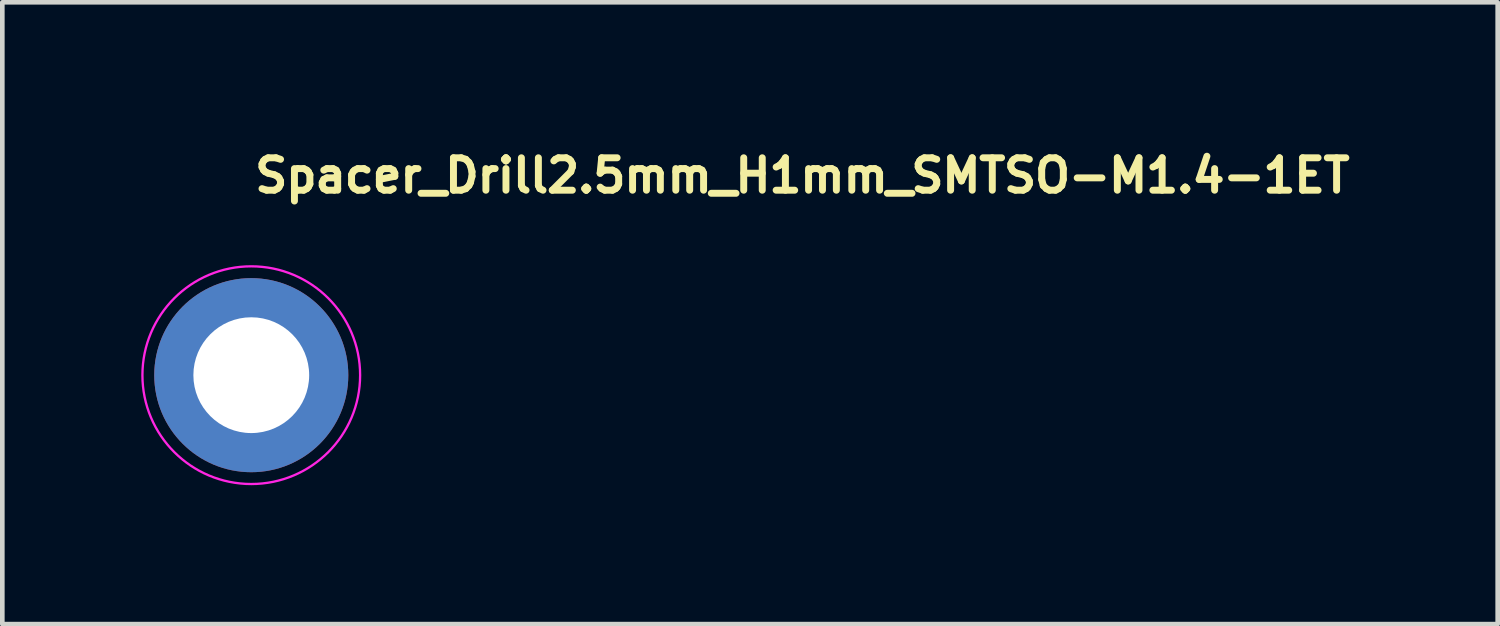
<source format=kicad_pcb>
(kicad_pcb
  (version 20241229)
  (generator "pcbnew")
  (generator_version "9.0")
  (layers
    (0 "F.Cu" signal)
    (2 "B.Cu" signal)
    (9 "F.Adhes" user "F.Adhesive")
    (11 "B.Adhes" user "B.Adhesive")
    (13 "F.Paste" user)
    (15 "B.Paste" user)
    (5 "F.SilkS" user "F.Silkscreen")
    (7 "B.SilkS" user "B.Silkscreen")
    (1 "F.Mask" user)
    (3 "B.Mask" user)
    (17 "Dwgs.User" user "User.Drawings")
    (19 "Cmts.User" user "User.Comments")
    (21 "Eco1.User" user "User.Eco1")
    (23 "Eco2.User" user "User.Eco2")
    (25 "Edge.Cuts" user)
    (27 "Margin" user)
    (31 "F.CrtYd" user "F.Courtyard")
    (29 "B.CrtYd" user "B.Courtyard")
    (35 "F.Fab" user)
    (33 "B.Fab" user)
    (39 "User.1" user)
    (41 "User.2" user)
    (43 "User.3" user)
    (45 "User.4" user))
  (footprint "Spacer_Drill2.5mm_H1mm_SMTSO-M1.4-1ET"
    (layer "F.Cu")
    (at 2.375 5.05)
    (property "Reference" "Spacer_Drill2.5mm_H1mm_SMTSO-M1.4-1ET" (at 0 -3.9 0) (layer "F.SilkS") (effects (font (size 0.7 0.7) (thickness 0.15)) (justify left bottom)))
    (attr smd)
    (fp_circle (center 0 0) (end 2.35 0) (stroke (width 0.05) (type solid)) (fill no) (layer "F.CrtYd"))
    (fp_rect (start -1.83 -1.59) (end 1.83 1.59) (stroke (width 0.1) (type solid)) (fill no) (layer "User.5"))
    (fp_line (start -1.83 -0.01) (end -1.83 0) (stroke (width 0.02) (type solid)) (layer "User.9"))
    (fp_line (start -1.83 -0.01) (end -0.924 -1.58) (stroke (width 0.02) (type solid)) (layer "User.9"))
    (fp_line (start -1.83 0) (end -1.83 0.01) (stroke (width 0.02) (type solid)) (layer "User.9"))
    (fp_line (start -1.205 0) (end -1.201 -0.097) (stroke (width 0.02) (type solid)) (layer "User.9"))
    (fp_line (start -1.201 -0.097) (end -1.189 -0.193) (stroke (width 0.02) (type solid)) (layer "User.9"))
    (fp_line (start -1.201 0.097) (end -1.205 0) (stroke (width 0.02) (type solid)) (layer "User.9"))
    (fp_line (start -1.189 -0.193) (end -1.17 -0.288) (stroke (width 0.02) (type solid)) (layer "User.9"))
    (fp_line (start -1.189 0.193) (end -1.201 0.097) (stroke (width 0.02) (type solid)) (layer "User.9"))
    (fp_line (start -1.17 -0.288) (end -1.143 -0.382) (stroke (width 0.02) (type solid)) (layer "User.9"))
    (fp_line (start -1.17 0.288) (end -1.189 0.193) (stroke (width 0.02) (type solid)) (layer "User.9"))
    (fp_line (start -1.143 -0.382) (end -1.109 -0.472) (stroke (width 0.02) (type solid)) (layer "User.9"))
    (fp_line (start -1.143 0.382) (end -1.17 0.288) (stroke (width 0.02) (type solid)) (layer "User.9"))
    (fp_line (start -1.109 -0.472) (end -1.067 -0.56) (stroke (width 0.02) (type solid)) (layer "User.9"))
    (fp_line (start -1.109 0.472) (end -1.143 0.382) (stroke (width 0.02) (type solid)) (layer "User.9"))
    (fp_line (start -1.084 0) (end -1.081 -0.092) (stroke (width 0.02) (type solid)) (layer "User.9"))
    (fp_line (start -1.081 -0.092) (end -1.069 -0.183) (stroke (width 0.02) (type solid)) (layer "User.9"))
    (fp_line (start -1.081 0.092) (end -1.084 0) (stroke (width 0.02) (type solid)) (layer "User.9"))
    (fp_line (start -1.069 -0.183) (end -1.05 -0.273) (stroke (width 0.02) (type solid)) (layer "User.9"))
    (fp_line (start -1.069 0.183) (end -1.081 0.092) (stroke (width 0.02) (type solid)) (layer "User.9"))
    (fp_line (start -1.067 -0.56) (end -1.018 -0.644) (stroke (width 0.02) (type solid)) (layer "User.9"))
    (fp_line (start -1.067 0.56) (end -1.109 0.472) (stroke (width 0.02) (type solid)) (layer "User.9"))
    (fp_line (start -1.05 -0.273) (end -1.023 -0.361) (stroke (width 0.02) (type solid)) (layer "User.9"))
    (fp_line (start -1.05 0.273) (end -1.069 0.183) (stroke (width 0.02) (type solid)) (layer "User.9"))
    (fp_line (start -1.023 -0.361) (end -0.988 -0.447) (stroke (width 0.02) (type solid)) (layer "User.9"))
    (fp_line (start -1.023 0.361) (end -1.05 0.273) (stroke (width 0.02) (type solid)) (layer "User.9"))
    (fp_line (start -1.018 -0.644) (end -0.963 -0.724) (stroke (width 0.02) (type solid)) (layer "User.9"))
    (fp_line (start -1.018 0.644) (end -1.067 0.56) (stroke (width 0.02) (type solid)) (layer "User.9"))
    (fp_line (start -0.988 -0.447) (end -0.947 -0.529) (stroke (width 0.02) (type solid)) (layer "User.9"))
    (fp_line (start -0.988 0.447) (end -1.023 0.361) (stroke (width 0.02) (type solid)) (layer "User.9"))
    (fp_line (start -0.963 -0.724) (end -0.902 -0.799) (stroke (width 0.02) (type solid)) (layer "User.9"))
    (fp_line (start -0.963 0.724) (end -1.018 0.644) (stroke (width 0.02) (type solid)) (layer "User.9"))
    (fp_line (start -0.947 -0.529) (end -0.899 -0.607) (stroke (width 0.02) (type solid)) (layer "User.9"))
    (fp_line (start -0.947 0.529) (end -0.988 0.447) (stroke (width 0.02) (type solid)) (layer "User.9"))
    (fp_line (start -0.924 1.58) (end -1.83 0.01) (stroke (width 0.02) (type solid)) (layer "User.9"))
    (fp_line (start -0.924 1.58) (end -0.906 1.59) (stroke (width 0.02) (type solid)) (layer "User.9"))
    (fp_line (start -0.906 -1.59) (end -0.924 -1.58) (stroke (width 0.02) (type solid)) (layer "User.9"))
    (fp_line (start -0.906 -1.59) (end 0.906 -1.59) (stroke (width 0.02) (type solid)) (layer "User.9"))
    (fp_line (start -0.902 -0.799) (end -0.835 -0.869) (stroke (width 0.02) (type solid)) (layer "User.9"))
    (fp_line (start -0.902 0.799) (end -0.963 0.724) (stroke (width 0.02) (type solid)) (layer "User.9"))
    (fp_line (start -0.899 -0.607) (end -0.844 -0.681) (stroke (width 0.02) (type solid)) (layer "User.9"))
    (fp_line (start -0.899 0.607) (end -0.947 0.529) (stroke (width 0.02) (type solid)) (layer "User.9"))
    (fp_line (start -0.844 -0.681) (end -0.783 -0.75) (stroke (width 0.02) (type solid)) (layer "User.9"))
    (fp_line (start -0.844 0.681) (end -0.899 0.607) (stroke (width 0.02) (type solid)) (layer "User.9"))
    (fp_line (start -0.835 -0.869) (end -0.762 -0.933) (stroke (width 0.02) (type solid)) (layer "User.9"))
    (fp_line (start -0.835 0.869) (end -0.902 0.799) (stroke (width 0.02) (type solid)) (layer "User.9"))
    (fp_line (start -0.783 -0.75) (end -0.717 -0.814) (stroke (width 0.02) (type solid)) (layer "User.9"))
    (fp_line (start -0.783 0.75) (end -0.844 0.681) (stroke (width 0.02) (type solid)) (layer "User.9"))
    (fp_line (start -0.762 -0.933) (end -0.685 -0.992) (stroke (width 0.02) (type solid)) (layer "User.9"))
    (fp_line (start -0.762 0.933) (end -0.835 0.869) (stroke (width 0.02) (type solid)) (layer "User.9"))
    (fp_line (start -0.717 -0.814) (end -0.645 -0.872) (stroke (width 0.02) (type solid)) (layer "User.9"))
    (fp_line (start -0.717 0.814) (end -0.783 0.75) (stroke (width 0.02) (type solid)) (layer "User.9"))
    (fp_line (start -0.7 0) (end -0.696 -0.073) (stroke (width 0.02) (type solid)) (layer "User.9"))
    (fp_line (start -0.696 -0.073) (end -0.685 -0.146) (stroke (width 0.02) (type solid)) (layer "User.9"))
    (fp_line (start -0.696 0.073) (end -0.7 0) (stroke (width 0.02) (type solid)) (layer "User.9"))
    (fp_line (start -0.685 -0.992) (end -0.602 -1.044) (stroke (width 0.02) (type solid)) (layer "User.9"))
    (fp_line (start -0.685 -0.146) (end -0.666 -0.216) (stroke (width 0.02) (type solid)) (layer "User.9"))
    (fp_line (start -0.685 0.146) (end -0.696 0.073) (stroke (width 0.02) (type solid)) (layer "User.9"))
    (fp_line (start -0.685 0.992) (end -0.762 0.933) (stroke (width 0.02) (type solid)) (layer "User.9"))
    (fp_line (start -0.666 -0.216) (end -0.639 -0.285) (stroke (width 0.02) (type solid)) (layer "User.9"))
    (fp_line (start -0.666 0.216) (end -0.685 0.146) (stroke (width 0.02) (type solid)) (layer "User.9"))
    (fp_line (start -0.645 -0.872) (end -0.569 -0.923) (stroke (width 0.02) (type solid)) (layer "User.9"))
    (fp_line (start -0.645 0.872) (end -0.717 0.814) (stroke (width 0.02) (type solid)) (layer "User.9"))
    (fp_line (start -0.639 -0.285) (end -0.606 -0.35) (stroke (width 0.02) (type solid)) (layer "User.9"))
    (fp_line (start -0.639 0.285) (end -0.666 0.216) (stroke (width 0.02) (type solid)) (layer "User.9"))
    (fp_line (start -0.606 -0.35) (end -0.566 -0.411) (stroke (width 0.02) (type solid)) (layer "User.9"))
    (fp_line (start -0.606 0.35) (end -0.639 0.285) (stroke (width 0.02) (type solid)) (layer "User.9"))
    (fp_line (start -0.602 -1.044) (end -0.517 -1.089) (stroke (width 0.02) (type solid)) (layer "User.9"))
    (fp_line (start -0.602 1.044) (end -0.685 0.992) (stroke (width 0.02) (type solid)) (layer "User.9"))
    (fp_line (start -0.569 -0.923) (end -0.488 -0.968) (stroke (width 0.02) (type solid)) (layer "User.9"))
    (fp_line (start -0.569 0.923) (end -0.645 0.872) (stroke (width 0.02) (type solid)) (layer "User.9"))
    (fp_line (start -0.566 -0.411) (end -0.52 -0.468) (stroke (width 0.02) (type solid)) (layer "User.9"))
    (fp_line (start -0.566 0.411) (end -0.606 0.35) (stroke (width 0.02) (type solid)) (layer "User.9"))
    (fp_line (start -0.538 0) (end -0.534 0.065) (stroke (width 0.02) (type solid)) (layer "User.9"))
    (fp_line (start -0.534 -0.065) (end -0.538 0) (stroke (width 0.02) (type solid)) (layer "User.9"))
    (fp_line (start -0.534 0.065) (end -0.522 0.129) (stroke (width 0.02) (type solid)) (layer "User.9"))
    (fp_line (start -0.522 -0.129) (end -0.534 -0.065) (stroke (width 0.02) (type solid)) (layer "User.9"))
    (fp_line (start -0.522 0.129) (end -0.503 0.191) (stroke (width 0.02) (type solid)) (layer "User.9"))
    (fp_line (start -0.52 -0.468) (end -0.468 -0.52) (stroke (width 0.02) (type solid)) (layer "User.9"))
    (fp_line (start -0.52 0.468) (end -0.566 0.411) (stroke (width 0.02) (type solid)) (layer "User.9"))
    (fp_line (start -0.517 -1.089) (end -0.427 -1.127) (stroke (width 0.02) (type solid)) (layer "User.9"))
    (fp_line (start -0.517 1.089) (end -0.602 1.044) (stroke (width 0.02) (type solid)) (layer "User.9"))
    (fp_line (start -0.503 -0.191) (end -0.522 -0.129) (stroke (width 0.02) (type solid)) (layer "User.9"))
    (fp_line (start -0.503 0.191) (end -0.476 0.25) (stroke (width 0.02) (type solid)) (layer "User.9"))
    (fp_line (start -0.488 -0.968) (end -0.404 -1.006) (stroke (width 0.02) (type solid)) (layer "User.9"))
    (fp_line (start -0.488 0.968) (end -0.569 0.923) (stroke (width 0.02) (type solid)) (layer "User.9"))
    (fp_line (start -0.476 -0.25) (end -0.503 -0.191) (stroke (width 0.02) (type solid)) (layer "User.9"))
    (fp_line (start -0.476 0.25) (end -0.442 0.305) (stroke (width 0.02) (type solid)) (layer "User.9"))
    (fp_line (start -0.468 -0.52) (end -0.411 -0.566) (stroke (width 0.02) (type solid)) (layer "User.9"))
    (fp_line (start -0.468 0.52) (end -0.52 0.468) (stroke (width 0.02) (type solid)) (layer "User.9"))
    (fp_line (start -0.442 -0.305) (end -0.476 -0.25) (stroke (width 0.02) (type solid)) (layer "User.9"))
    (fp_line (start -0.442 0.305) (end -0.402 0.356) (stroke (width 0.02) (type solid)) (layer "User.9"))
    (fp_line (start -0.427 -1.127) (end -0.335 -1.157) (stroke (width 0.02) (type solid)) (layer "User.9"))
    (fp_line (start -0.427 1.127) (end -0.517 1.089) (stroke (width 0.02) (type solid)) (layer "User.9"))
    (fp_line (start -0.411 -0.566) (end -0.35 -0.606) (stroke (width 0.02) (type solid)) (layer "User.9"))
    (fp_line (start -0.411 0.566) (end -0.468 0.52) (stroke (width 0.02) (type solid)) (layer "User.9"))
    (fp_line (start -0.404 -1.006) (end -0.318 -1.037) (stroke (width 0.02) (type solid)) (layer "User.9"))
    (fp_line (start -0.404 1.006) (end -0.488 0.968) (stroke (width 0.02) (type solid)) (layer "User.9"))
    (fp_line (start -0.402 -0.356) (end -0.442 -0.305) (stroke (width 0.02) (type solid)) (layer "User.9"))
    (fp_line (start -0.402 0.356) (end -0.356 0.402) (stroke (width 0.02) (type solid)) (layer "User.9"))
    (fp_line (start -0.356 -0.402) (end -0.402 -0.356) (stroke (width 0.02) (type solid)) (layer "User.9"))
    (fp_line (start -0.356 0.402) (end -0.305 0.442) (stroke (width 0.02) (type solid)) (layer "User.9"))
    (fp_line (start -0.35 -0.606) (end -0.285 -0.639) (stroke (width 0.02) (type solid)) (layer "User.9"))
    (fp_line (start -0.35 0.606) (end -0.411 0.566) (stroke (width 0.02) (type solid)) (layer "User.9"))
    (fp_line (start -0.335 -1.157) (end -0.241 -1.181) (stroke (width 0.02) (type solid)) (layer "User.9"))
    (fp_line (start -0.335 1.157) (end -0.427 1.127) (stroke (width 0.02) (type solid)) (layer "User.9"))
    (fp_line (start -0.318 -1.037) (end -0.228 -1.06) (stroke (width 0.02) (type solid)) (layer "User.9"))
    (fp_line (start -0.318 1.037) (end -0.404 1.006) (stroke (width 0.02) (type solid)) (layer "User.9"))
    (fp_line (start -0.305 -0.442) (end -0.356 -0.402) (stroke (width 0.02) (type solid)) (layer "User.9"))
    (fp_line (start -0.305 0.442) (end -0.25 0.476) (stroke (width 0.02) (type solid)) (layer "User.9"))
    (fp_line (start -0.285 -0.639) (end -0.216 -0.666) (stroke (width 0.02) (type solid)) (layer "User.9"))
    (fp_line (start -0.285 0.639) (end -0.35 0.606) (stroke (width 0.02) (type solid)) (layer "User.9"))
    (fp_line (start -0.25 -0.476) (end -0.305 -0.442) (stroke (width 0.02) (type solid)) (layer "User.9"))
    (fp_line (start -0.25 0.476) (end -0.191 0.503) (stroke (width 0.02) (type solid)) (layer "User.9"))
    (fp_line (start -0.241 -1.181) (end -0.145 -1.196) (stroke (width 0.02) (type solid)) (layer "User.9"))
    (fp_line (start -0.241 1.181) (end -0.335 1.157) (stroke (width 0.02) (type solid)) (layer "User.9"))
    (fp_line (start -0.228 -1.06) (end -0.138 -1.076) (stroke (width 0.02) (type solid)) (layer "User.9"))
    (fp_line (start -0.228 1.06) (end -0.318 1.037) (stroke (width 0.02) (type solid)) (layer "User.9"))
    (fp_line (start -0.216 -0.666) (end -0.146 -0.685) (stroke (width 0.02) (type solid)) (layer "User.9"))
    (fp_line (start -0.216 0.666) (end -0.285 0.639) (stroke (width 0.02) (type solid)) (layer "User.9"))
    (fp_line (start -0.191 -0.503) (end -0.25 -0.476) (stroke (width 0.02) (type solid)) (layer "User.9"))
    (fp_line (start -0.191 0.503) (end -0.129 0.522) (stroke (width 0.02) (type solid)) (layer "User.9"))
    (fp_line (start -0.146 -0.685) (end -0.073 -0.696) (stroke (width 0.02) (type solid)) (layer "User.9"))
    (fp_line (start -0.146 0.685) (end -0.216 0.666) (stroke (width 0.02) (type solid)) (layer "User.9"))
    (fp_line (start -0.145 -1.196) (end -0.049 -1.204) (stroke (width 0.02) (type solid)) (layer "User.9"))
    (fp_line (start -0.145 1.196) (end -0.241 1.181) (stroke (width 0.02) (type solid)) (layer "User.9"))
    (fp_line (start -0.138 -1.076) (end -0.046 -1.084) (stroke (width 0.02) (type solid)) (layer "User.9"))
    (fp_line (start -0.138 1.076) (end -0.228 1.06) (stroke (width 0.02) (type solid)) (layer "User.9"))
    (fp_line (start -0.129 -0.522) (end -0.191 -0.503) (stroke (width 0.02) (type solid)) (layer "User.9"))
    (fp_line (start -0.129 0.522) (end -0.065 0.534) (stroke (width 0.02) (type solid)) (layer "User.9"))
    (fp_line (start -0.073 -0.696) (end 0 -0.7) (stroke (width 0.02) (type solid)) (layer "User.9"))
    (fp_line (start -0.073 0.696) (end -0.146 0.685) (stroke (width 0.02) (type solid)) (layer "User.9"))
    (fp_line (start -0.065 -0.534) (end -0.129 -0.522) (stroke (width 0.02) (type solid)) (layer "User.9"))
    (fp_line (start -0.065 0.534) (end 0 0.538) (stroke (width 0.02) (type solid)) (layer "User.9"))
    (fp_line (start -0.049 -1.204) (end 0.049 -1.204) (stroke (width 0.02) (type solid)) (layer "User.9"))
    (fp_line (start -0.049 1.204) (end -0.145 1.196) (stroke (width 0.02) (type solid)) (layer "User.9"))
    (fp_line (start -0.046 -1.084) (end 0.046 -1.084) (stroke (width 0.02) (type solid)) (layer "User.9"))
    (fp_line (start -0.046 1.084) (end -0.138 1.076) (stroke (width 0.02) (type solid)) (layer "User.9"))
    (fp_line (start 0 -0.7) (end 0.073 -0.696) (stroke (width 0.02) (type solid)) (layer "User.9"))
    (fp_line (start 0 -0.538) (end -0.065 -0.534) (stroke (width 0.02) (type solid)) (layer "User.9"))
    (fp_line (start 0 0.538) (end 0.065 0.534) (stroke (width 0.02) (type solid)) (layer "User.9"))
    (fp_line (start 0 0.7) (end -0.073 0.696) (stroke (width 0.02) (type solid)) (layer "User.9"))
    (fp_line (start 0.046 -1.084) (end 0.138 -1.076) (stroke (width 0.02) (type solid)) (layer "User.9"))
    (fp_line (start 0.046 1.084) (end -0.046 1.084) (stroke (width 0.02) (type solid)) (layer "User.9"))
    (fp_line (start 0.049 -1.204) (end 0.145 -1.196) (stroke (width 0.02) (type solid)) (layer "User.9"))
    (fp_line (start 0.049 1.204) (end -0.049 1.204) (stroke (width 0.02) (type solid)) (layer "User.9"))
    (fp_line (start 0.065 -0.534) (end 0 -0.538) (stroke (width 0.02) (type solid)) (layer "User.9"))
    (fp_line (start 0.065 0.534) (end 0.129 0.522) (stroke (width 0.02) (type solid)) (layer "User.9"))
    (fp_line (start 0.073 -0.696) (end 0.146 -0.685) (stroke (width 0.02) (type solid)) (layer "User.9"))
    (fp_line (start 0.073 0.696) (end 0 0.7) (stroke (width 0.02) (type solid)) (layer "User.9"))
    (fp_line (start 0.129 -0.522) (end 0.065 -0.534) (stroke (width 0.02) (type solid)) (layer "User.9"))
    (fp_line (start 0.129 0.522) (end 0.191 0.503) (stroke (width 0.02) (type solid)) (layer "User.9"))
    (fp_line (start 0.138 -1.076) (end 0.228 -1.06) (stroke (width 0.02) (type solid)) (layer "User.9"))
    (fp_line (start 0.138 1.076) (end 0.046 1.084) (stroke (width 0.02) (type solid)) (layer "User.9"))
    (fp_line (start 0.145 -1.196) (end 0.241 -1.181) (stroke (width 0.02) (type solid)) (layer "User.9"))
    (fp_line (start 0.145 1.196) (end 0.049 1.204) (stroke (width 0.02) (type solid)) (layer "User.9"))
    (fp_line (start 0.146 -0.685) (end 0.216 -0.666) (stroke (width 0.02) (type solid)) (layer "User.9"))
    (fp_line (start 0.146 0.685) (end 0.073 0.696) (stroke (width 0.02) (type solid)) (layer "User.9"))
    (fp_line (start 0.191 -0.503) (end 0.129 -0.522) (stroke (width 0.02) (type solid)) (layer "User.9"))
    (fp_line (start 0.191 0.503) (end 0.25 0.476) (stroke (width 0.02) (type solid)) (layer "User.9"))
    (fp_line (start 0.216 -0.666) (end 0.285 -0.639) (stroke (width 0.02) (type solid)) (layer "User.9"))
    (fp_line (start 0.216 0.666) (end 0.146 0.685) (stroke (width 0.02) (type solid)) (layer "User.9"))
    (fp_line (start 0.228 -1.06) (end 0.318 -1.037) (stroke (width 0.02) (type solid)) (layer "User.9"))
    (fp_line (start 0.228 1.06) (end 0.138 1.076) (stroke (width 0.02) (type solid)) (layer "User.9"))
    (fp_line (start 0.241 -1.181) (end 0.335 -1.157) (stroke (width 0.02) (type solid)) (layer "User.9"))
    (fp_line (start 0.241 1.181) (end 0.145 1.196) (stroke (width 0.02) (type solid)) (layer "User.9"))
    (fp_line (start 0.25 -0.476) (end 0.191 -0.503) (stroke (width 0.02) (type solid)) (layer "User.9"))
    (fp_line (start 0.25 0.476) (end 0.305 0.442) (stroke (width 0.02) (type solid)) (layer "User.9"))
    (fp_line (start 0.285 -0.639) (end 0.35 -0.606) (stroke (width 0.02) (type solid)) (layer "User.9"))
    (fp_line (start 0.285 0.639) (end 0.216 0.666) (stroke (width 0.02) (type solid)) (layer "User.9"))
    (fp_line (start 0.305 -0.442) (end 0.25 -0.476) (stroke (width 0.02) (type solid)) (layer "User.9"))
    (fp_line (start 0.305 0.442) (end 0.356 0.402) (stroke (width 0.02) (type solid)) (layer "User.9"))
    (fp_line (start 0.318 -1.037) (end 0.404 -1.006) (stroke (width 0.02) (type solid)) (layer "User.9"))
    (fp_line (start 0.318 1.037) (end 0.228 1.06) (stroke (width 0.02) (type solid)) (layer "User.9"))
    (fp_line (start 0.335 -1.157) (end 0.427 -1.127) (stroke (width 0.02) (type solid)) (layer "User.9"))
    (fp_line (start 0.335 1.157) (end 0.241 1.181) (stroke (width 0.02) (type solid)) (layer "User.9"))
    (fp_line (start 0.35 -0.606) (end 0.411 -0.566) (stroke (width 0.02) (type solid)) (layer "User.9"))
    (fp_line (start 0.35 0.606) (end 0.285 0.639) (stroke (width 0.02) (type solid)) (layer "User.9"))
    (fp_line (start 0.356 -0.402) (end 0.305 -0.442) (stroke (width 0.02) (type solid)) (layer "User.9"))
    (fp_line (start 0.356 0.402) (end 0.402 0.356) (stroke (width 0.02) (type solid)) (layer "User.9"))
    (fp_line (start 0.402 -0.356) (end 0.356 -0.402) (stroke (width 0.02) (type solid)) (layer "User.9"))
    (fp_line (start 0.402 0.356) (end 0.442 0.305) (stroke (width 0.02) (type solid)) (layer "User.9"))
    (fp_line (start 0.404 -1.006) (end 0.488 -0.968) (stroke (width 0.02) (type solid)) (layer "User.9"))
    (fp_line (start 0.404 1.006) (end 0.318 1.037) (stroke (width 0.02) (type solid)) (layer "User.9"))
    (fp_line (start 0.411 -0.566) (end 0.468 -0.52) (stroke (width 0.02) (type solid)) (layer "User.9"))
    (fp_line (start 0.411 0.566) (end 0.35 0.606) (stroke (width 0.02) (type solid)) (layer "User.9"))
    (fp_line (start 0.427 -1.127) (end 0.517 -1.089) (stroke (width 0.02) (type solid)) (layer "User.9"))
    (fp_line (start 0.427 1.127) (end 0.335 1.157) (stroke (width 0.02) (type solid)) (layer "User.9"))
    (fp_line (start 0.442 -0.305) (end 0.402 -0.356) (stroke (width 0.02) (type solid)) (layer "User.9"))
    (fp_line (start 0.442 0.305) (end 0.476 0.25) (stroke (width 0.02) (type solid)) (layer "User.9"))
    (fp_line (start 0.468 -0.52) (end 0.52 -0.468) (stroke (width 0.02) (type solid)) (layer "User.9"))
    (fp_line (start 0.468 0.52) (end 0.411 0.566) (stroke (width 0.02) (type solid)) (layer "User.9"))
    (fp_line (start 0.476 -0.25) (end 0.442 -0.305) (stroke (width 0.02) (type solid)) (layer "User.9"))
    (fp_line (start 0.476 0.25) (end 0.503 0.191) (stroke (width 0.02) (type solid)) (layer "User.9"))
    (fp_line (start 0.488 -0.968) (end 0.569 -0.923) (stroke (width 0.02) (type solid)) (layer "User.9"))
    (fp_line (start 0.488 0.968) (end 0.404 1.006) (stroke (width 0.02) (type solid)) (layer "User.9"))
    (fp_line (start 0.503 -0.191) (end 0.476 -0.25) (stroke (width 0.02) (type solid)) (layer "User.9"))
    (fp_line (start 0.503 0.191) (end 0.522 0.129) (stroke (width 0.02) (type solid)) (layer "User.9"))
    (fp_line (start 0.517 -1.089) (end 0.602 -1.044) (stroke (width 0.02) (type solid)) (layer "User.9"))
    (fp_line (start 0.517 1.089) (end 0.427 1.127) (stroke (width 0.02) (type solid)) (layer "User.9"))
    (fp_line (start 0.52 -0.468) (end 0.566 -0.411) (stroke (width 0.02) (type solid)) (layer "User.9"))
    (fp_line (start 0.52 0.468) (end 0.468 0.52) (stroke (width 0.02) (type solid)) (layer "User.9"))
    (fp_line (start 0.522 -0.129) (end 0.503 -0.191) (stroke (width 0.02) (type solid)) (layer "User.9"))
    (fp_line (start 0.522 0.129) (end 0.534 0.065) (stroke (width 0.02) (type solid)) (layer "User.9"))
    (fp_line (start 0.534 -0.065) (end 0.522 -0.129) (stroke (width 0.02) (type solid)) (layer "User.9"))
    (fp_line (start 0.534 0.065) (end 0.538 0) (stroke (width 0.02) (type solid)) (layer "User.9"))
    (fp_line (start 0.538 0) (end 0.534 -0.065) (stroke (width 0.02) (type solid)) (layer "User.9"))
    (fp_line (start 0.566 -0.411) (end 0.606 -0.35) (stroke (width 0.02) (type solid)) (layer "User.9"))
    (fp_line (start 0.566 0.411) (end 0.52 0.468) (stroke (width 0.02) (type solid)) (layer "User.9"))
    (fp_line (start 0.569 -0.923) (end 0.645 -0.872) (stroke (width 0.02) (type solid)) (layer "User.9"))
    (fp_line (start 0.569 0.923) (end 0.488 0.968) (stroke (width 0.02) (type solid)) (layer "User.9"))
    (fp_line (start 0.602 -1.044) (end 0.685 -0.992) (stroke (width 0.02) (type solid)) (layer "User.9"))
    (fp_line (start 0.602 1.044) (end 0.517 1.089) (stroke (width 0.02) (type solid)) (layer "User.9"))
    (fp_line (start 0.606 -0.35) (end 0.639 -0.285) (stroke (width 0.02) (type solid)) (layer "User.9"))
    (fp_line (start 0.606 0.35) (end 0.566 0.411) (stroke (width 0.02) (type solid)) (layer "User.9"))
    (fp_line (start 0.639 -0.285) (end 0.666 -0.216) (stroke (width 0.02) (type solid)) (layer "User.9"))
    (fp_line (start 0.639 0.285) (end 0.606 0.35) (stroke (width 0.02) (type solid)) (layer "User.9"))
    (fp_line (start 0.645 -0.872) (end 0.717 -0.814) (stroke (width 0.02) (type solid)) (layer "User.9"))
    (fp_line (start 0.645 0.872) (end 0.569 0.923) (stroke (width 0.02) (type solid)) (layer "User.9"))
    (fp_line (start 0.666 -0.216) (end 0.685 -0.146) (stroke (width 0.02) (type solid)) (layer "User.9"))
    (fp_line (start 0.666 0.216) (end 0.639 0.285) (stroke (width 0.02) (type solid)) (layer "User.9"))
    (fp_line (start 0.685 -0.992) (end 0.762 -0.933) (stroke (width 0.02) (type solid)) (layer "User.9"))
    (fp_line (start 0.685 -0.146) (end 0.696 -0.073) (stroke (width 0.02) (type solid)) (layer "User.9"))
    (fp_line (start 0.685 0.146) (end 0.666 0.216) (stroke (width 0.02) (type solid)) (layer "User.9"))
    (fp_line (start 0.685 0.992) (end 0.602 1.044) (stroke (width 0.02) (type solid)) (layer "User.9"))
    (fp_line (start 0.696 -0.073) (end 0.7 0) (stroke (width 0.02) (type solid)) (layer "User.9"))
    (fp_line (start 0.696 0.073) (end 0.685 0.146) (stroke (width 0.02) (type solid)) (layer "User.9"))
    (fp_line (start 0.7 0) (end 0.696 0.073) (stroke (width 0.02) (type solid)) (layer "User.9"))
    (fp_line (start 0.717 -0.814) (end 0.783 -0.75) (stroke (width 0.02) (type solid)) (layer "User.9"))
    (fp_line (start 0.717 0.814) (end 0.645 0.872) (stroke (width 0.02) (type solid)) (layer "User.9"))
    (fp_line (start 0.762 -0.933) (end 0.835 -0.869) (stroke (width 0.02) (type solid)) (layer "User.9"))
    (fp_line (start 0.762 0.933) (end 0.685 0.992) (stroke (width 0.02) (type solid)) (layer "User.9"))
    (fp_line (start 0.783 -0.75) (end 0.844 -0.681) (stroke (width 0.02) (type solid)) (layer "User.9"))
    (fp_line (start 0.783 0.75) (end 0.717 0.814) (stroke (width 0.02) (type solid)) (layer "User.9"))
    (fp_line (start 0.835 -0.869) (end 0.902 -0.799) (stroke (width 0.02) (type solid)) (layer "User.9"))
    (fp_line (start 0.835 0.869) (end 0.762 0.933) (stroke (width 0.02) (type solid)) (layer "User.9"))
    (fp_line (start 0.844 -0.681) (end 0.899 -0.607) (stroke (width 0.02) (type solid)) (layer "User.9"))
    (fp_line (start 0.844 0.681) (end 0.783 0.75) (stroke (width 0.02) (type solid)) (layer "User.9"))
    (fp_line (start 0.899 -0.607) (end 0.947 -0.529) (stroke (width 0.02) (type solid)) (layer "User.9"))
    (fp_line (start 0.899 0.607) (end 0.844 0.681) (stroke (width 0.02) (type solid)) (layer "User.9"))
    (fp_line (start 0.902 -0.799) (end 0.963 -0.724) (stroke (width 0.02) (type solid)) (layer "User.9"))
    (fp_line (start 0.902 0.799) (end 0.835 0.869) (stroke (width 0.02) (type solid)) (layer "User.9"))
    (fp_line (start 0.906 1.59) (end -0.906 1.59) (stroke (width 0.02) (type solid)) (layer "User.9"))
    (fp_line (start 0.906 1.59) (end 0.924 1.58) (stroke (width 0.02) (type solid)) (layer "User.9"))
    (fp_line (start 0.924 -1.58) (end 0.906 -1.59) (stroke (width 0.02) (type solid)) (layer "User.9"))
    (fp_line (start 0.924 -1.58) (end 1.83 -0.01) (stroke (width 0.02) (type solid)) (layer "User.9"))
    (fp_line (start 0.947 -0.529) (end 0.988 -0.447) (stroke (width 0.02) (type solid)) (layer "User.9"))
    (fp_line (start 0.947 0.529) (end 0.899 0.607) (stroke (width 0.02) (type solid)) (layer "User.9"))
    (fp_line (start 0.963 -0.724) (end 1.018 -0.644) (stroke (width 0.02) (type solid)) (layer "User.9"))
    (fp_line (start 0.963 0.724) (end 0.902 0.799) (stroke (width 0.02) (type solid)) (layer "User.9"))
    (fp_line (start 0.988 -0.447) (end 1.023 -0.361) (stroke (width 0.02) (type solid)) (layer "User.9"))
    (fp_line (start 0.988 0.447) (end 0.947 0.529) (stroke (width 0.02) (type solid)) (layer "User.9"))
    (fp_line (start 1.018 -0.644) (end 1.067 -0.56) (stroke (width 0.02) (type solid)) (layer "User.9"))
    (fp_line (start 1.018 0.644) (end 0.963 0.724) (stroke (width 0.02) (type solid)) (layer "User.9"))
    (fp_line (start 1.023 -0.361) (end 1.05 -0.273) (stroke (width 0.02) (type solid)) (layer "User.9"))
    (fp_line (start 1.023 0.361) (end 0.988 0.447) (stroke (width 0.02) (type solid)) (layer "User.9"))
    (fp_line (start 1.05 -0.273) (end 1.069 -0.183) (stroke (width 0.02) (type solid)) (layer "User.9"))
    (fp_line (start 1.05 0.273) (end 1.023 0.361) (stroke (width 0.02) (type solid)) (layer "User.9"))
    (fp_line (start 1.067 -0.56) (end 1.109 -0.472) (stroke (width 0.02) (type solid)) (layer "User.9"))
    (fp_line (start 1.067 0.56) (end 1.018 0.644) (stroke (width 0.02) (type solid)) (layer "User.9"))
    (fp_line (start 1.069 -0.183) (end 1.081 -0.092) (stroke (width 0.02) (type solid)) (layer "User.9"))
    (fp_line (start 1.069 0.183) (end 1.05 0.273) (stroke (width 0.02) (type solid)) (layer "User.9"))
    (fp_line (start 1.081 -0.092) (end 1.084 0) (stroke (width 0.02) (type solid)) (layer "User.9"))
    (fp_line (start 1.081 0.092) (end 1.069 0.183) (stroke (width 0.02) (type solid)) (layer "User.9"))
    (fp_line (start 1.084 0) (end 1.081 0.092) (stroke (width 0.02) (type solid)) (layer "User.9"))
    (fp_line (start 1.109 -0.472) (end 1.143 -0.382) (stroke (width 0.02) (type solid)) (layer "User.9"))
    (fp_line (start 1.109 0.472) (end 1.067 0.56) (stroke (width 0.02) (type solid)) (layer "User.9"))
    (fp_line (start 1.143 -0.382) (end 1.17 -0.288) (stroke (width 0.02) (type solid)) (layer "User.9"))
    (fp_line (start 1.143 0.382) (end 1.109 0.472) (stroke (width 0.02) (type solid)) (layer "User.9"))
    (fp_line (start 1.17 -0.288) (end 1.189 -0.193) (stroke (width 0.02) (type solid)) (layer "User.9"))
    (fp_line (start 1.17 0.288) (end 1.143 0.382) (stroke (width 0.02) (type solid)) (layer "User.9"))
    (fp_line (start 1.189 -0.193) (end 1.201 -0.097) (stroke (width 0.02) (type solid)) (layer "User.9"))
    (fp_line (start 1.189 0.193) (end 1.17 0.288) (stroke (width 0.02) (type solid)) (layer "User.9"))
    (fp_line (start 1.201 -0.097) (end 1.205 0) (stroke (width 0.02) (type solid)) (layer "User.9"))
    (fp_line (start 1.201 0.097) (end 1.189 0.193) (stroke (width 0.02) (type solid)) (layer "User.9"))
    (fp_line (start 1.205 0) (end 1.201 0.097) (stroke (width 0.02) (type solid)) (layer "User.9"))
    (fp_line (start 1.83 0) (end 1.83 -0.01) (stroke (width 0.02) (type solid)) (layer "User.9"))
    (fp_line (start 1.83 0.01) (end 0.924 1.58) (stroke (width 0.02) (type solid)) (layer "User.9"))
    (fp_line (start 1.83 0.01) (end 1.83 0) (stroke (width 0.02) (type solid)) (layer "User.9"))
    (pad "1" smd oval (at -1.675 0) (size 0.8 1) (layers "F.Cu" "F.Paste"))
    (pad "1" smd oval (at -1.175 -1.175 135) (size 0.8 1) (layers "F.Cu" "F.Paste"))
    (pad "1" smd oval (at -1.175 1.175 45) (size 0.8 1) (layers "F.Cu" "F.Paste"))
    (pad "1" smd oval (at 0 -1.675 270) (size 0.8 1) (layers "F.Cu" "F.Paste"))
    (pad "1" thru_hole circle (at 0 0) (size 4.19 4.19) (drill 2.5) (layers "*.Cu" "F.Mask"))
    (pad "1" smd oval (at 0 1.675 90) (size 0.8 1) (layers "F.Cu" "F.Paste"))
    (pad "1" smd oval (at 1.175 -1.175 225) (size 0.8 1) (layers "F.Cu" "F.Paste"))
    (pad "1" smd oval (at 1.175 1.175 135) (size 0.8 1) (layers "F.Cu" "F.Paste"))
    (pad "1" smd oval (at 1.675 0) (size 0.8 1) (layers "F.Cu" "F.Paste")))
  (gr_rect
    (start -3 -3)
    (end 29.285 10.425)
    (stroke (width 0.1) (type default))
    (fill no)
    (layer "Edge.Cuts")))
</source>
